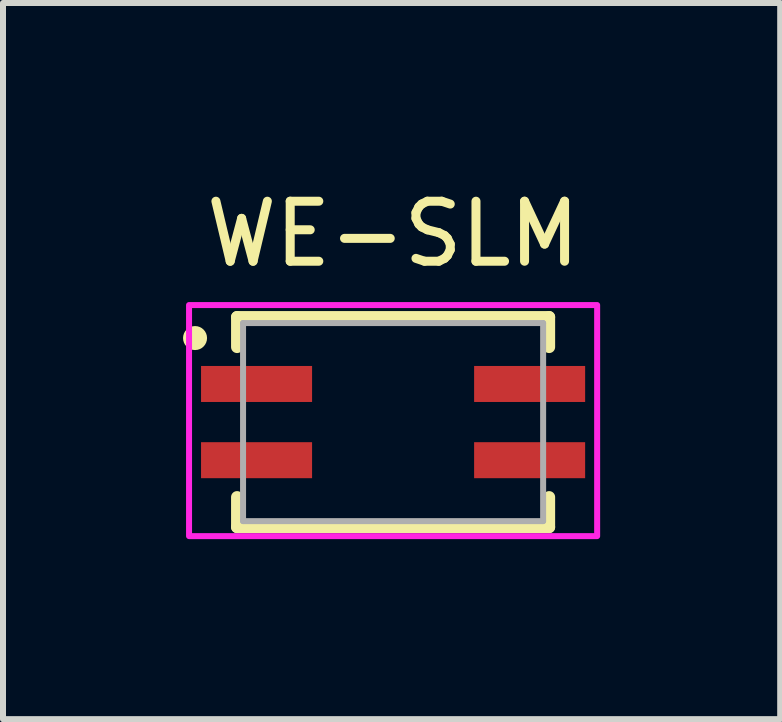
<source format=kicad_pcb>
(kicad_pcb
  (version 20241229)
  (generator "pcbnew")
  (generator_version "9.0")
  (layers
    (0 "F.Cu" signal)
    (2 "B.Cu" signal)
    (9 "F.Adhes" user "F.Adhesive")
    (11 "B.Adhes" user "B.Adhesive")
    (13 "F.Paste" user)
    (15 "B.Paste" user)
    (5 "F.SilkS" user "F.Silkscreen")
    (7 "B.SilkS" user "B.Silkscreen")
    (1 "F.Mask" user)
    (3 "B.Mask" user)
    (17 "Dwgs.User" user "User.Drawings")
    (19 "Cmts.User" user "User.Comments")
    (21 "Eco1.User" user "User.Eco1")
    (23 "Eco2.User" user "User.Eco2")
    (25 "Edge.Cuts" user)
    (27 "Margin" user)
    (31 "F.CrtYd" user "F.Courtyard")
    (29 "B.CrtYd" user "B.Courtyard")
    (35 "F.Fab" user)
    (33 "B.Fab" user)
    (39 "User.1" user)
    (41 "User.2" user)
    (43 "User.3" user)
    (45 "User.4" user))
  (footprint "WE-SLM"
    (layer "F.Cu")
    (at 3.5 3.983)
    (property "Reference" "WE-SLM" (at 0 -3.135 0) (layer "F.SilkS") (effects (font (size 1 1) (thickness 0.15))))
    (attr smd)
    (fp_line (start -2.6 -1.75) (end 2.6 -1.75) (stroke (width 0.2) (type solid)) (layer "F.SilkS"))
    (fp_line (start -2.6 -1.25) (end -2.6 -1.75) (stroke (width 0.2) (type solid)) (layer "F.SilkS"))
    (fp_line (start -2.6 1.75) (end -2.6 1.25) (stroke (width 0.2) (type solid)) (layer "F.SilkS"))
    (fp_line (start -2.6 1.75) (end 2.6 1.75) (stroke (width 0.2) (type solid)) (layer "F.SilkS"))
    (fp_line (start 2.6 -1.25) (end 2.6 -1.75) (stroke (width 0.2) (type solid)) (layer "F.SilkS"))
    (fp_line (start 2.6 1.75) (end 2.6 1.25) (stroke (width 0.2) (type solid)) (layer "F.SilkS"))
    (fp_circle (center -3.3 -1.4) (end -3.2 -1.4) (stroke (width 0.2) (type solid)) (fill no) (layer "F.SilkS"))
    (fp_poly (pts (xy -3.4 -1.95) (xy 3.4 -1.95) (xy 3.4 1.9) (xy -3.4 1.9)) (stroke (width 0.1) (type solid)) (fill no) (layer "F.CrtYd"))
    (fp_line (start -2.5 -1.65) (end -2.5 1.65) (stroke (width 0.1) (type solid)) (layer "F.Fab"))
    (fp_line (start -2.5 -1.65) (end 2.5 -1.65) (stroke (width 0.1) (type solid)) (layer "F.Fab"))
    (fp_line (start -2.5 1.65) (end 2.5 1.65) (stroke (width 0.1) (type solid)) (layer "F.Fab"))
    (fp_line (start 2.5 -1.65) (end 2.5 1.65) (stroke (width 0.1) (type solid)) (layer "F.Fab"))
    (pad "1" smd rect (at -2.275 -0.635) (size 1.85 0.6) (layers "F.Cu" "F.Mask" "F.Paste"))
    (pad "2" smd rect (at -2.275 0.635) (size 1.85 0.6) (layers "F.Cu" "F.Mask" "F.Paste"))
    (pad "3" smd rect (at 2.275 0.635) (size 1.85 0.6) (layers "F.Cu" "F.Mask" "F.Paste"))
    (pad "4" smd rect (at 2.275 -0.635) (size 1.85 0.6) (layers "F.Cu" "F.Mask" "F.Paste")))
  (gr_rect
    (start -3 -3)
    (end 9.95 8.933)
    (stroke (width 0.1) (type default))
    (fill no)
    (layer "Edge.Cuts")))
</source>
